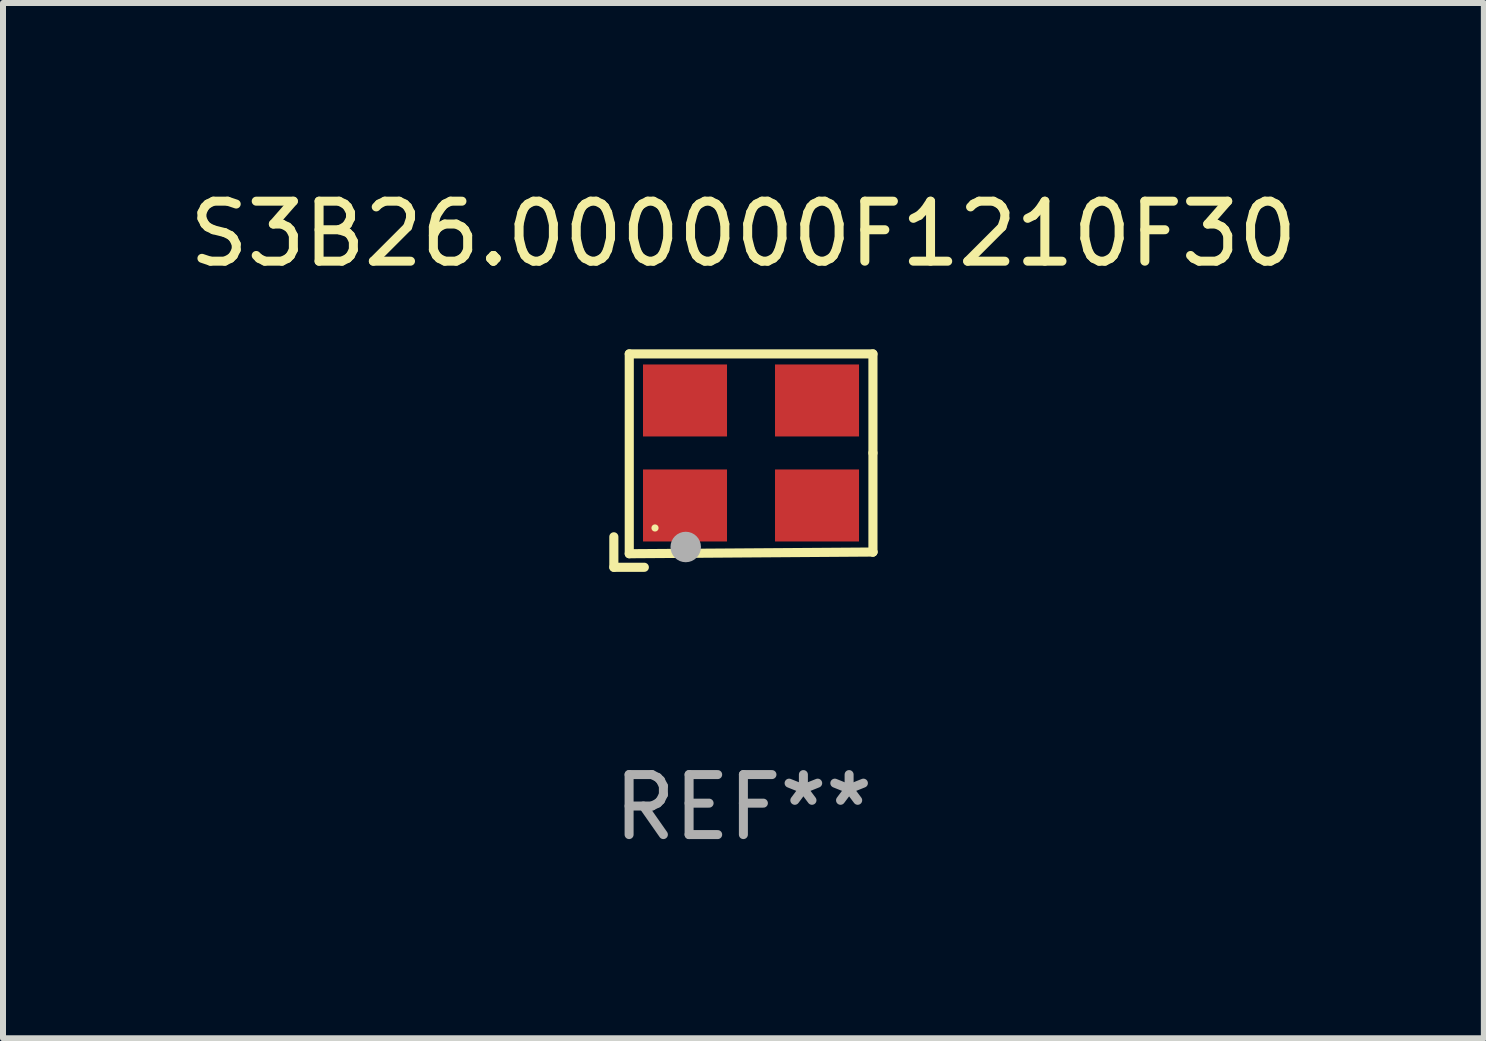
<source format=kicad_pcb>
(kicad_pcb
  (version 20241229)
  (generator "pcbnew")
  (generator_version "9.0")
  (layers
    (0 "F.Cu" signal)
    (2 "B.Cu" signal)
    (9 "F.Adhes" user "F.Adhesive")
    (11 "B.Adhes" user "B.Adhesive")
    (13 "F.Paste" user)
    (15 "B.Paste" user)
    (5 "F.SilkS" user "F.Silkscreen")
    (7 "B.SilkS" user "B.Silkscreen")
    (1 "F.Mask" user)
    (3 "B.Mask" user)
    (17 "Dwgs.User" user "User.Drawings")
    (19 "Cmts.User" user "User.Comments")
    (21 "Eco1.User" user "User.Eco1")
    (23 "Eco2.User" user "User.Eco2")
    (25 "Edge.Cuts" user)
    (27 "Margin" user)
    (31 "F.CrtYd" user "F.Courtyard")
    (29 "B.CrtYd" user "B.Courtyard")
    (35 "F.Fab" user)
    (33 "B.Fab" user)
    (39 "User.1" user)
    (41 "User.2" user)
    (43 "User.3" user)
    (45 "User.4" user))
  (footprint "S3B26.000000F1210F30"
    (layer "F.Cu")
    (at 9.339 4.626)
    (property "Reference" "S3B26.000000F1210F30" (at 0 -3.778 0) (layer "F.SilkS") (effects (font (size 1 1) (thickness 0.15))))
    (attr through_hole)
    (fp_line (start -2.159 1.27) (end -2.159 1.778) (stroke (width 0.152) (type solid)) (layer "F.SilkS"))
    (fp_line (start -2.159 1.778) (end -1.651 1.778) (stroke (width 0.152) (type solid)) (layer "F.SilkS"))
    (fp_line (start -1.902 -1.778) (end 2.159 -1.778) (stroke (width 0.152) (type solid)) (layer "F.SilkS"))
    (fp_line (start -1.902 1.552) (end -1.902 -1.778) (stroke (width 0.152) (type solid)) (layer "F.SilkS"))
    (fp_line (start 2.159 -1.778) (end 2.159 -0.127) (stroke (width 0.152) (type solid)) (layer "F.SilkS"))
    (fp_line (start 2.159 -0.127) (end 2.159 1.524) (stroke (width 0.152) (type solid)) (layer "F.SilkS"))
    (fp_line (start 2.159 1.524) (end -1.902 1.552) (stroke (width 0.152) (type solid)) (layer "F.SilkS"))
    (fp_line (start 2.159 1.524) (end 2.159 1.524) (stroke (width 0.152) (type solid)) (layer "F.SilkS"))
    (fp_circle (center -1.473 1.123) (end -1.443 1.123) (stroke (width 0.06) (type solid)) (fill no) (layer "F.SilkS"))
    (fp_circle (center -0.961 1.44) (end -0.834 1.44) (stroke (width 0.254) (type solid)) (fill no) (layer "F.Fab"))
    (fp_text user "REF**" (at 0 5.778 0) (layer "F.Fab") (effects (font (size 1 1) (thickness 0.15))))
    (pad "1" smd rect (at -0.973 0.748) (size 1.4 1.2) (layers "F.Cu" "F.Mask" "F.Paste"))
    (pad "2" smd rect (at 1.227 0.748) (size 1.4 1.2) (layers "F.Cu" "F.Mask" "F.Paste"))
    (pad "3" smd rect (at 1.227 -1.002) (size 1.4 1.2) (layers "F.Cu" "F.Mask" "F.Paste"))
    (pad "4" smd rect (at -0.973 -1.002) (size 1.4 1.2) (layers "F.Cu" "F.Mask" "F.Paste")))
  (gr_rect
    (start -3 -3)
    (end 21.679 14.253)
    (stroke (width 0.1) (type default))
    (fill no)
    (layer "Edge.Cuts")))
</source>
